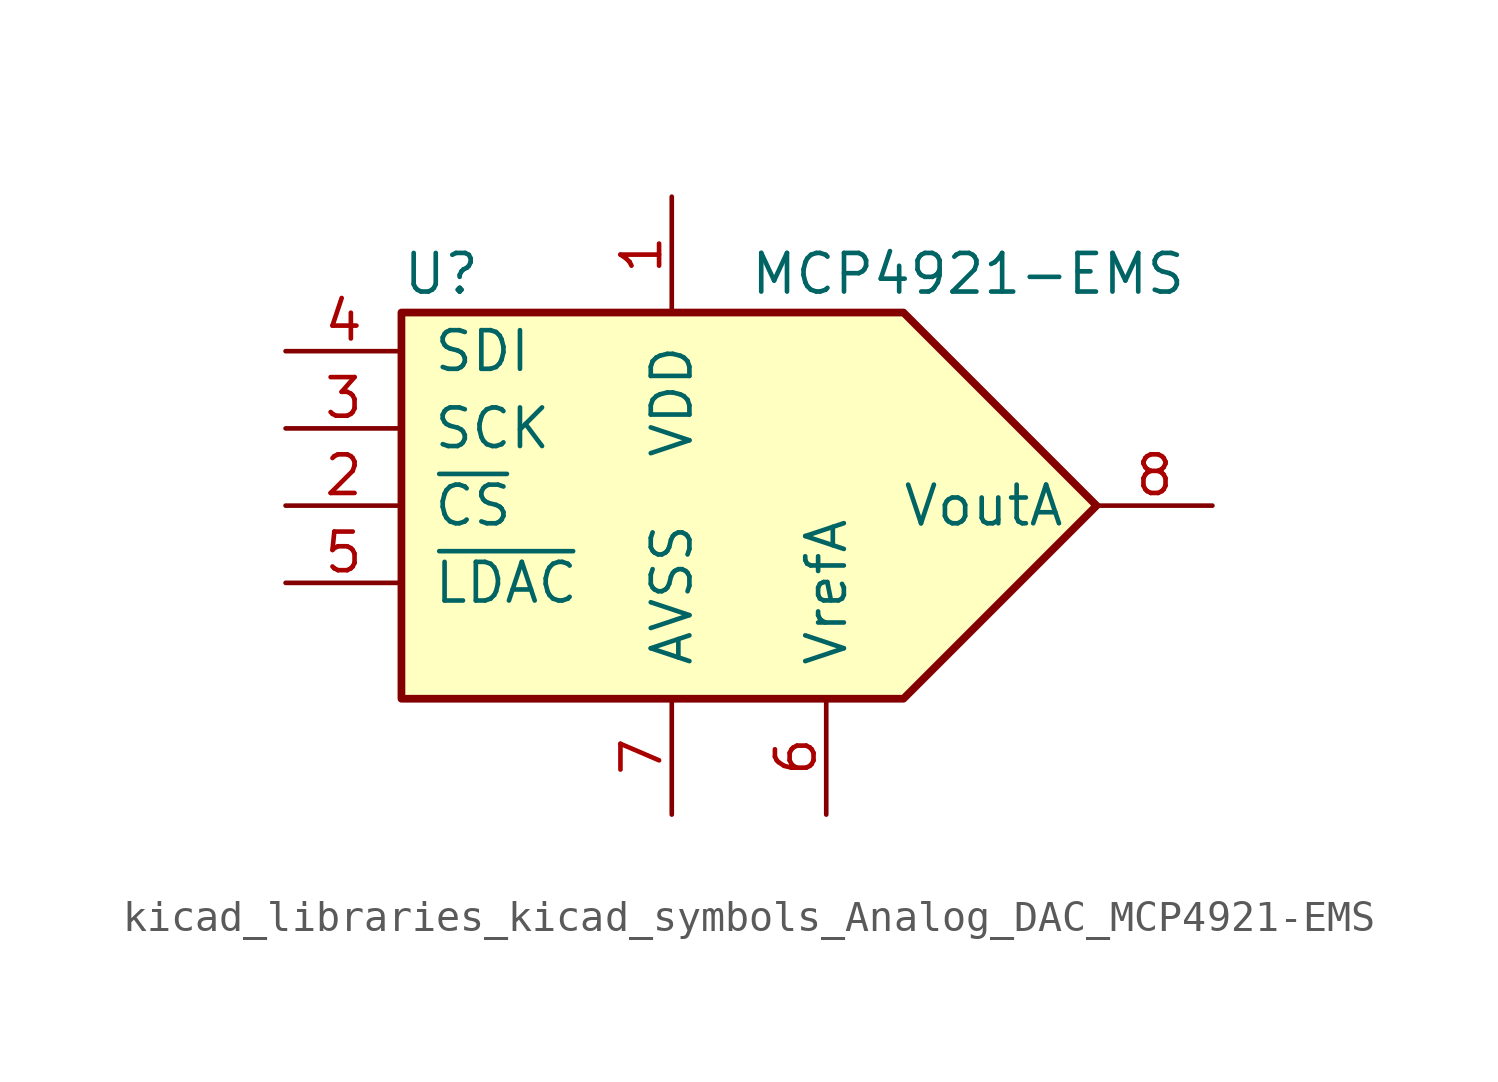
<source format=kicad_sym>
(kicad_symbol_lib
  (version 20220914)
  (generator kicad_symbol_editor)
  (symbol "kicad_libraries_kicad_symbols_Analog_DAC_MCP4921-EMS"
    (pin_names
      (offset 1.016))
    (property "Reference" "U"
      (at -11.43 7.62 0)
      (effects (font (size 1.27 1.27)) (justify left)))
    (property "Value" "MCP4921-EMS"
      (at 0 7.62 0)
      (effects (font (size 1.27 1.27)) (justify left)))
    (symbol "kicad_libraries_kicad_symbols_Analog_DAC_MCP4921-EMS_0_1"
      (polyline (pts (xy -11.43 6.35) (xy 5.08 6.35) (xy 11.43 0) (xy 5.08 -6.35) (xy -11.43 -6.35) (xy -11.43 6.35)) (stroke (width 0.254) (type default)) (fill (type background))))
    (symbol "kicad_libraries_kicad_symbols_Analog_DAC_MCP4921-EMS_1_1"
      (pin power_in line (at -2.54 10.16 270) (length 3.81) (name "VDD" (effects (font (size 1.27 1.27)))) (number "1" (effects (font (size 1.27 1.27)))))
      (pin input line (at -15.24 0 0) (length 3.81) (name "~{CS}" (effects (font (size 1.27 1.27)))) (number "2" (effects (font (size 1.27 1.27)))))
      (pin input line (at -15.24 2.54 0) (length 3.81) (name "SCK" (effects (font (size 1.27 1.27)))) (number "3" (effects (font (size 1.27 1.27)))))
      (pin input line (at -15.24 5.08 0) (length 3.81) (name "SDI" (effects (font (size 1.27 1.27)))) (number "4" (effects (font (size 1.27 1.27)))))
      (pin input line (at -15.24 -2.54 0) (length 3.81) (name "~{LDAC}" (effects (font (size 1.27 1.27)))) (number "5" (effects (font (size 1.27 1.27)))))
      (pin passive line (at 2.54 -10.16 90) (length 3.81) (name "VrefA" (effects (font (size 1.27 1.27)))) (number "6" (effects (font (size 1.27 1.27)))))
      (pin power_in line (at -2.54 -10.16 90) (length 3.81) (name "AVSS" (effects (font (size 1.27 1.27)))) (number "7" (effects (font (size 1.27 1.27)))))
      (pin passive line (at 15.24 0 180) (length 3.81) (name "VoutA" (effects (font (size 1.27 1.27)))) (number "8" (effects (font (size 1.27 1.27))))))))
</source>
